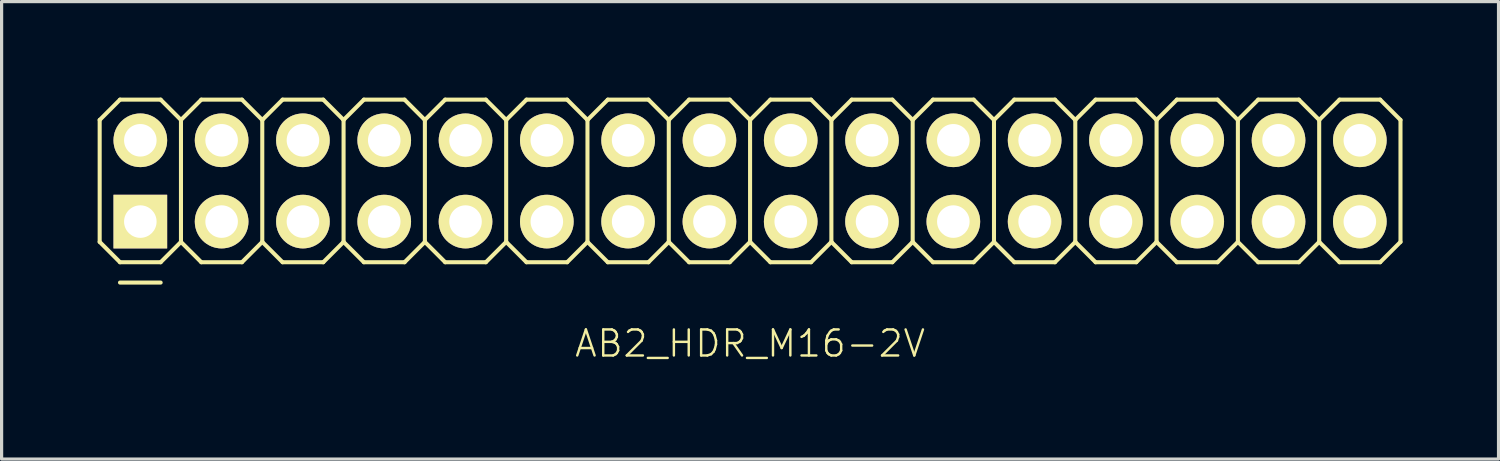
<source format=kicad_pcb>
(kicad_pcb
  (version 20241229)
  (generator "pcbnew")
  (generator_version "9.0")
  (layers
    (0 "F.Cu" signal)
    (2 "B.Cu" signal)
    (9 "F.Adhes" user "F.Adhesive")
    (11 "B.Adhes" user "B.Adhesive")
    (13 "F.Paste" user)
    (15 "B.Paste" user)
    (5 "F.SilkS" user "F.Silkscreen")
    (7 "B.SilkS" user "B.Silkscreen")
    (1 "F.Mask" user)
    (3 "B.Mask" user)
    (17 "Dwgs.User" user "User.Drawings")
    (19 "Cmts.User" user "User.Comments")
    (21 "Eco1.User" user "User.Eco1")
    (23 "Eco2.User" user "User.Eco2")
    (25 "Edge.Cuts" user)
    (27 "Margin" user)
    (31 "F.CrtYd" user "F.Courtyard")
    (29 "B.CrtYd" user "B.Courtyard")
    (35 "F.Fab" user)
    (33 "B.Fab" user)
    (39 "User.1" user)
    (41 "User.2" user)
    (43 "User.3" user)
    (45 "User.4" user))
  (footprint "AB2_HDR_M16-2V"
    (layer "F.Cu")
    (at 20.384 2.603)
    (property "Reference" "AB2_HDR_M16-2V" (at 0 5.08 0) (layer "F.SilkS") (effects (font (size 0.813 0.813) (thickness 0.076))))
    (attr through_hole)
    (fp_line (start -20.32 -1.905) (end -19.685 -2.54) (stroke (width 0.127) (type solid)) (layer "F.SilkS"))
    (fp_line (start -20.32 1.905) (end -20.32 -1.905) (stroke (width 0.127) (type solid)) (layer "F.SilkS"))
    (fp_line (start -19.685 -2.54) (end -18.415 -2.54) (stroke (width 0.127) (type solid)) (layer "F.SilkS"))
    (fp_line (start -19.685 2.54) (end -20.32 1.905) (stroke (width 0.127) (type solid)) (layer "F.SilkS"))
    (fp_line (start -19.685 3.175) (end -18.415 3.175) (stroke (width 0.127) (type solid)) (layer "F.SilkS"))
    (fp_line (start -18.415 -2.54) (end -17.78 -1.905) (stroke (width 0.127) (type solid)) (layer "F.SilkS"))
    (fp_line (start -18.415 2.54) (end -19.685 2.54) (stroke (width 0.127) (type solid)) (layer "F.SilkS"))
    (fp_line (start -17.78 -1.905) (end -17.78 1.905) (stroke (width 0.127) (type solid)) (layer "F.SilkS"))
    (fp_line (start -17.78 -1.905) (end -17.145 -2.54) (stroke (width 0.127) (type solid)) (layer "F.SilkS"))
    (fp_line (start -17.78 1.905) (end -18.415 2.54) (stroke (width 0.127) (type solid)) (layer "F.SilkS"))
    (fp_line (start -17.145 -2.54) (end -15.875 -2.54) (stroke (width 0.127) (type solid)) (layer "F.SilkS"))
    (fp_line (start -17.145 2.54) (end -17.78 1.905) (stroke (width 0.127) (type solid)) (layer "F.SilkS"))
    (fp_line (start -15.875 -2.54) (end -15.24 -1.905) (stroke (width 0.127) (type solid)) (layer "F.SilkS"))
    (fp_line (start -15.875 2.54) (end -17.145 2.54) (stroke (width 0.127) (type solid)) (layer "F.SilkS"))
    (fp_line (start -15.24 -1.905) (end -15.24 1.905) (stroke (width 0.127) (type solid)) (layer "F.SilkS"))
    (fp_line (start -15.24 -1.905) (end -14.605 -2.54) (stroke (width 0.127) (type solid)) (layer "F.SilkS"))
    (fp_line (start -15.24 1.905) (end -15.875 2.54) (stroke (width 0.127) (type solid)) (layer "F.SilkS"))
    (fp_line (start -14.605 -2.54) (end -13.335 -2.54) (stroke (width 0.127) (type solid)) (layer "F.SilkS"))
    (fp_line (start -14.605 2.54) (end -15.24 1.905) (stroke (width 0.127) (type solid)) (layer "F.SilkS"))
    (fp_line (start -13.335 -2.54) (end -12.7 -1.905) (stroke (width 0.127) (type solid)) (layer "F.SilkS"))
    (fp_line (start -13.335 2.54) (end -14.605 2.54) (stroke (width 0.127) (type solid)) (layer "F.SilkS"))
    (fp_line (start -12.7 -1.905) (end -12.7 1.905) (stroke (width 0.127) (type solid)) (layer "F.SilkS"))
    (fp_line (start -12.7 -1.905) (end -12.065 -2.54) (stroke (width 0.127) (type solid)) (layer "F.SilkS"))
    (fp_line (start -12.7 1.905) (end -13.335 2.54) (stroke (width 0.127) (type solid)) (layer "F.SilkS"))
    (fp_line (start -12.065 -2.54) (end -10.795 -2.54) (stroke (width 0.127) (type solid)) (layer "F.SilkS"))
    (fp_line (start -12.065 2.54) (end -12.7 1.905) (stroke (width 0.127) (type solid)) (layer "F.SilkS"))
    (fp_line (start -10.795 -2.54) (end -10.16 -1.905) (stroke (width 0.127) (type solid)) (layer "F.SilkS"))
    (fp_line (start -10.795 2.54) (end -12.065 2.54) (stroke (width 0.127) (type solid)) (layer "F.SilkS"))
    (fp_line (start -10.16 -1.905) (end -10.16 1.905) (stroke (width 0.127) (type solid)) (layer "F.SilkS"))
    (fp_line (start -10.16 -1.905) (end -9.525 -2.54) (stroke (width 0.127) (type solid)) (layer "F.SilkS"))
    (fp_line (start -10.16 1.905) (end -10.795 2.54) (stroke (width 0.127) (type solid)) (layer "F.SilkS"))
    (fp_line (start -9.525 -2.54) (end -8.255 -2.54) (stroke (width 0.127) (type solid)) (layer "F.SilkS"))
    (fp_line (start -9.525 2.54) (end -10.16 1.905) (stroke (width 0.127) (type solid)) (layer "F.SilkS"))
    (fp_line (start -8.255 -2.54) (end -7.62 -1.905) (stroke (width 0.127) (type solid)) (layer "F.SilkS"))
    (fp_line (start -8.255 2.54) (end -9.525 2.54) (stroke (width 0.127) (type solid)) (layer "F.SilkS"))
    (fp_line (start -7.62 -1.905) (end -7.62 1.905) (stroke (width 0.127) (type solid)) (layer "F.SilkS"))
    (fp_line (start -7.62 -1.905) (end -6.985 -2.54) (stroke (width 0.127) (type solid)) (layer "F.SilkS"))
    (fp_line (start -7.62 1.905) (end -8.255 2.54) (stroke (width 0.127) (type solid)) (layer "F.SilkS"))
    (fp_line (start -6.985 -2.54) (end -5.715 -2.54) (stroke (width 0.127) (type solid)) (layer "F.SilkS"))
    (fp_line (start -6.985 2.54) (end -7.62 1.905) (stroke (width 0.127) (type solid)) (layer "F.SilkS"))
    (fp_line (start -5.715 -2.54) (end -5.08 -1.905) (stroke (width 0.127) (type solid)) (layer "F.SilkS"))
    (fp_line (start -5.715 2.54) (end -6.985 2.54) (stroke (width 0.127) (type solid)) (layer "F.SilkS"))
    (fp_line (start -5.08 -1.905) (end -5.08 1.905) (stroke (width 0.127) (type solid)) (layer "F.SilkS"))
    (fp_line (start -5.08 -1.905) (end -4.445 -2.54) (stroke (width 0.127) (type solid)) (layer "F.SilkS"))
    (fp_line (start -5.08 1.905) (end -5.715 2.54) (stroke (width 0.127) (type solid)) (layer "F.SilkS"))
    (fp_line (start -4.445 -2.54) (end -3.175 -2.54) (stroke (width 0.127) (type solid)) (layer "F.SilkS"))
    (fp_line (start -4.445 2.54) (end -5.08 1.905) (stroke (width 0.127) (type solid)) (layer "F.SilkS"))
    (fp_line (start -3.175 -2.54) (end -2.54 -1.905) (stroke (width 0.127) (type solid)) (layer "F.SilkS"))
    (fp_line (start -3.175 2.54) (end -4.445 2.54) (stroke (width 0.127) (type solid)) (layer "F.SilkS"))
    (fp_line (start -2.54 -1.905) (end -2.54 1.905) (stroke (width 0.127) (type solid)) (layer "F.SilkS"))
    (fp_line (start -2.54 -1.905) (end -1.905 -2.54) (stroke (width 0.127) (type solid)) (layer "F.SilkS"))
    (fp_line (start -2.54 1.905) (end -3.175 2.54) (stroke (width 0.127) (type solid)) (layer "F.SilkS"))
    (fp_line (start -1.905 -2.54) (end -0.635 -2.54) (stroke (width 0.127) (type solid)) (layer "F.SilkS"))
    (fp_line (start -1.905 2.54) (end -2.54 1.905) (stroke (width 0.127) (type solid)) (layer "F.SilkS"))
    (fp_line (start -0.635 -2.54) (end 0 -1.905) (stroke (width 0.127) (type solid)) (layer "F.SilkS"))
    (fp_line (start -0.635 2.54) (end -1.905 2.54) (stroke (width 0.127) (type solid)) (layer "F.SilkS"))
    (fp_line (start 0 -1.905) (end 0 1.905) (stroke (width 0.127) (type solid)) (layer "F.SilkS"))
    (fp_line (start 0 -1.905) (end 0.635 -2.54) (stroke (width 0.127) (type solid)) (layer "F.SilkS"))
    (fp_line (start 0 1.905) (end -0.635 2.54) (stroke (width 0.127) (type solid)) (layer "F.SilkS"))
    (fp_line (start 0.635 -2.54) (end 1.905 -2.54) (stroke (width 0.127) (type solid)) (layer "F.SilkS"))
    (fp_line (start 0.635 2.54) (end 0 1.905) (stroke (width 0.127) (type solid)) (layer "F.SilkS"))
    (fp_line (start 1.905 -2.54) (end 2.54 -1.905) (stroke (width 0.127) (type solid)) (layer "F.SilkS"))
    (fp_line (start 1.905 2.54) (end 0.635 2.54) (stroke (width 0.127) (type solid)) (layer "F.SilkS"))
    (fp_line (start 2.54 -1.905) (end 2.54 1.905) (stroke (width 0.127) (type solid)) (layer "F.SilkS"))
    (fp_line (start 2.54 -1.905) (end 3.175 -2.54) (stroke (width 0.127) (type solid)) (layer "F.SilkS"))
    (fp_line (start 2.54 1.905) (end 1.905 2.54) (stroke (width 0.127) (type solid)) (layer "F.SilkS"))
    (fp_line (start 3.175 -2.54) (end 4.445 -2.54) (stroke (width 0.127) (type solid)) (layer "F.SilkS"))
    (fp_line (start 3.175 2.54) (end 2.54 1.905) (stroke (width 0.127) (type solid)) (layer "F.SilkS"))
    (fp_line (start 4.445 -2.54) (end 5.08 -1.905) (stroke (width 0.127) (type solid)) (layer "F.SilkS"))
    (fp_line (start 4.445 2.54) (end 3.175 2.54) (stroke (width 0.127) (type solid)) (layer "F.SilkS"))
    (fp_line (start 5.08 -1.905) (end 5.08 1.905) (stroke (width 0.127) (type solid)) (layer "F.SilkS"))
    (fp_line (start 5.08 -1.905) (end 5.715 -2.54) (stroke (width 0.127) (type solid)) (layer "F.SilkS"))
    (fp_line (start 5.08 1.905) (end 4.445 2.54) (stroke (width 0.127) (type solid)) (layer "F.SilkS"))
    (fp_line (start 5.715 -2.54) (end 6.985 -2.54) (stroke (width 0.127) (type solid)) (layer "F.SilkS"))
    (fp_line (start 5.715 2.54) (end 5.08 1.905) (stroke (width 0.127) (type solid)) (layer "F.SilkS"))
    (fp_line (start 6.985 -2.54) (end 7.62 -1.905) (stroke (width 0.127) (type solid)) (layer "F.SilkS"))
    (fp_line (start 6.985 2.54) (end 5.715 2.54) (stroke (width 0.127) (type solid)) (layer "F.SilkS"))
    (fp_line (start 7.62 -1.905) (end 7.62 1.905) (stroke (width 0.127) (type solid)) (layer "F.SilkS"))
    (fp_line (start 7.62 -1.905) (end 8.255 -2.54) (stroke (width 0.127) (type solid)) (layer "F.SilkS"))
    (fp_line (start 7.62 1.905) (end 6.985 2.54) (stroke (width 0.127) (type solid)) (layer "F.SilkS"))
    (fp_line (start 8.255 -2.54) (end 9.525 -2.54) (stroke (width 0.127) (type solid)) (layer "F.SilkS"))
    (fp_line (start 8.255 2.54) (end 7.62 1.905) (stroke (width 0.127) (type solid)) (layer "F.SilkS"))
    (fp_line (start 9.525 -2.54) (end 10.16 -1.905) (stroke (width 0.127) (type solid)) (layer "F.SilkS"))
    (fp_line (start 9.525 2.54) (end 8.255 2.54) (stroke (width 0.127) (type solid)) (layer "F.SilkS"))
    (fp_line (start 10.16 -1.905) (end 10.16 1.905) (stroke (width 0.127) (type solid)) (layer "F.SilkS"))
    (fp_line (start 10.16 -1.905) (end 10.795 -2.54) (stroke (width 0.127) (type solid)) (layer "F.SilkS"))
    (fp_line (start 10.16 1.905) (end 9.525 2.54) (stroke (width 0.127) (type solid)) (layer "F.SilkS"))
    (fp_line (start 10.795 -2.54) (end 12.065 -2.54) (stroke (width 0.127) (type solid)) (layer "F.SilkS"))
    (fp_line (start 10.795 2.54) (end 10.16 1.905) (stroke (width 0.127) (type solid)) (layer "F.SilkS"))
    (fp_line (start 12.065 -2.54) (end 12.7 -1.905) (stroke (width 0.127) (type solid)) (layer "F.SilkS"))
    (fp_line (start 12.065 2.54) (end 10.795 2.54) (stroke (width 0.127) (type solid)) (layer "F.SilkS"))
    (fp_line (start 12.7 -1.905) (end 12.7 1.905) (stroke (width 0.127) (type solid)) (layer "F.SilkS"))
    (fp_line (start 12.7 -1.905) (end 13.335 -2.54) (stroke (width 0.127) (type solid)) (layer "F.SilkS"))
    (fp_line (start 12.7 1.905) (end 12.065 2.54) (stroke (width 0.127) (type solid)) (layer "F.SilkS"))
    (fp_line (start 13.335 -2.54) (end 14.605 -2.54) (stroke (width 0.127) (type solid)) (layer "F.SilkS"))
    (fp_line (start 13.335 2.54) (end 12.7 1.905) (stroke (width 0.127) (type solid)) (layer "F.SilkS"))
    (fp_line (start 14.605 -2.54) (end 15.24 -1.905) (stroke (width 0.127) (type solid)) (layer "F.SilkS"))
    (fp_line (start 14.605 2.54) (end 13.335 2.54) (stroke (width 0.127) (type solid)) (layer "F.SilkS"))
    (fp_line (start 15.24 -1.905) (end 15.24 1.905) (stroke (width 0.127) (type solid)) (layer "F.SilkS"))
    (fp_line (start 15.24 -1.905) (end 15.875 -2.54) (stroke (width 0.127) (type solid)) (layer "F.SilkS"))
    (fp_line (start 15.24 1.905) (end 14.605 2.54) (stroke (width 0.127) (type solid)) (layer "F.SilkS"))
    (fp_line (start 15.875 -2.54) (end 17.145 -2.54) (stroke (width 0.127) (type solid)) (layer "F.SilkS"))
    (fp_line (start 15.875 2.54) (end 15.24 1.905) (stroke (width 0.127) (type solid)) (layer "F.SilkS"))
    (fp_line (start 17.145 -2.54) (end 17.78 -1.905) (stroke (width 0.127) (type solid)) (layer "F.SilkS"))
    (fp_line (start 17.145 2.54) (end 15.875 2.54) (stroke (width 0.127) (type solid)) (layer "F.SilkS"))
    (fp_line (start 17.78 -1.905) (end 17.78 1.905) (stroke (width 0.127) (type solid)) (layer "F.SilkS"))
    (fp_line (start 17.78 -1.905) (end 18.415 -2.54) (stroke (width 0.127) (type solid)) (layer "F.SilkS"))
    (fp_line (start 17.78 1.905) (end 17.145 2.54) (stroke (width 0.127) (type solid)) (layer "F.SilkS"))
    (fp_line (start 18.415 -2.54) (end 19.685 -2.54) (stroke (width 0.127) (type solid)) (layer "F.SilkS"))
    (fp_line (start 18.415 2.54) (end 17.78 1.905) (stroke (width 0.127) (type solid)) (layer "F.SilkS"))
    (fp_line (start 19.685 -2.54) (end 20.32 -1.905) (stroke (width 0.127) (type solid)) (layer "F.SilkS"))
    (fp_line (start 19.685 2.54) (end 18.415 2.54) (stroke (width 0.127) (type solid)) (layer "F.SilkS"))
    (fp_line (start 20.32 -1.905) (end 20.32 1.905) (stroke (width 0.127) (type solid)) (layer "F.SilkS"))
    (fp_line (start 20.32 1.905) (end 19.685 2.54) (stroke (width 0.127) (type solid)) (layer "F.SilkS"))
    (pad "1" thru_hole rect (at -19.05 1.27) (size 1.676 1.676) (drill 1.016) (layers "*.Cu" "*.Mask" "F.SilkS"))
    (pad "2" thru_hole circle (at -19.05 -1.27) (size 1.676 1.676) (drill 1.016) (layers "*.Cu" "*.Mask" "F.SilkS"))
    (pad "3" thru_hole circle (at -16.51 1.27) (size 1.676 1.676) (drill 1.016) (layers "*.Cu" "*.Mask" "F.SilkS"))
    (pad "4" thru_hole circle (at -16.51 -1.27) (size 1.676 1.676) (drill 1.016) (layers "*.Cu" "*.Mask" "F.SilkS"))
    (pad "5" thru_hole circle (at -13.97 1.27) (size 1.676 1.676) (drill 1.016) (layers "*.Cu" "*.Mask" "F.SilkS"))
    (pad "6" thru_hole circle (at -13.97 -1.27) (size 1.676 1.676) (drill 1.016) (layers "*.Cu" "*.Mask" "F.SilkS"))
    (pad "7" thru_hole circle (at -11.43 1.27) (size 1.676 1.676) (drill 1.016) (layers "*.Cu" "*.Mask" "F.SilkS"))
    (pad "8" thru_hole circle (at -11.43 -1.27) (size 1.676 1.676) (drill 1.016) (layers "*.Cu" "*.Mask" "F.SilkS"))
    (pad "9" thru_hole circle (at -8.89 1.27) (size 1.676 1.676) (drill 1.016) (layers "*.Cu" "*.Mask" "F.SilkS"))
    (pad "10" thru_hole circle (at -8.89 -1.27) (size 1.676 1.676) (drill 1.016) (layers "*.Cu" "*.Mask" "F.SilkS"))
    (pad "11" thru_hole circle (at -6.35 1.27) (size 1.676 1.676) (drill 1.016) (layers "*.Cu" "*.Mask" "F.SilkS"))
    (pad "12" thru_hole circle (at -6.35 -1.27) (size 1.676 1.676) (drill 1.016) (layers "*.Cu" "*.Mask" "F.SilkS"))
    (pad "13" thru_hole circle (at -3.81 1.27) (size 1.676 1.676) (drill 1.016) (layers "*.Cu" "*.Mask" "F.SilkS"))
    (pad "14" thru_hole circle (at -3.81 -1.27) (size 1.676 1.676) (drill 1.016) (layers "*.Cu" "*.Mask" "F.SilkS"))
    (pad "15" thru_hole circle (at -1.27 1.27) (size 1.676 1.676) (drill 1.016) (layers "*.Cu" "*.Mask" "F.SilkS"))
    (pad "16" thru_hole circle (at -1.27 -1.27) (size 1.676 1.676) (drill 1.016) (layers "*.Cu" "*.Mask" "F.SilkS"))
    (pad "17" thru_hole circle (at 1.27 1.27) (size 1.676 1.676) (drill 1.016) (layers "*.Cu" "*.Mask" "F.SilkS"))
    (pad "18" thru_hole circle (at 1.27 -1.27) (size 1.676 1.676) (drill 1.016) (layers "*.Cu" "*.Mask" "F.SilkS"))
    (pad "19" thru_hole circle (at 3.81 1.27) (size 1.676 1.676) (drill 1.016) (layers "*.Cu" "*.Mask" "F.SilkS"))
    (pad "20" thru_hole circle (at 3.81 -1.27) (size 1.676 1.676) (drill 1.016) (layers "*.Cu" "*.Mask" "F.SilkS"))
    (pad "21" thru_hole circle (at 6.35 1.27) (size 1.676 1.676) (drill 1.016) (layers "*.Cu" "*.Mask" "F.SilkS"))
    (pad "22" thru_hole circle (at 6.35 -1.27) (size 1.676 1.676) (drill 1.016) (layers "*.Cu" "*.Mask" "F.SilkS"))
    (pad "23" thru_hole circle (at 8.89 1.27) (size 1.676 1.676) (drill 1.016) (layers "*.Cu" "*.Mask" "F.SilkS"))
    (pad "24" thru_hole circle (at 8.89 -1.27) (size 1.676 1.676) (drill 1.016) (layers "*.Cu" "*.Mask" "F.SilkS"))
    (pad "25" thru_hole circle (at 11.43 1.27) (size 1.676 1.676) (drill 1.016) (layers "*.Cu" "*.Mask" "F.SilkS"))
    (pad "26" thru_hole circle (at 11.43 -1.27) (size 1.676 1.676) (drill 1.016) (layers "*.Cu" "*.Mask" "F.SilkS"))
    (pad "27" thru_hole circle (at 13.97 1.27) (size 1.676 1.676) (drill 1.016) (layers "*.Cu" "*.Mask" "F.SilkS"))
    (pad "28" thru_hole circle (at 13.97 -1.27) (size 1.676 1.676) (drill 1.016) (layers "*.Cu" "*.Mask" "F.SilkS"))
    (pad "29" thru_hole circle (at 16.51 1.27) (size 1.676 1.676) (drill 1.016) (layers "*.Cu" "*.Mask" "F.SilkS"))
    (pad "30" thru_hole circle (at 16.51 -1.27) (size 1.676 1.676) (drill 1.016) (layers "*.Cu" "*.Mask" "F.SilkS"))
    (pad "31" thru_hole circle (at 19.05 1.27) (size 1.676 1.676) (drill 1.016) (layers "*.Cu" "*.Mask" "F.SilkS"))
    (pad "32" thru_hole circle (at 19.05 -1.27) (size 1.676 1.676) (drill 1.016) (layers "*.Cu" "*.Mask" "F.SilkS")))
  (gr_rect
    (start -3 -3)
    (end 43.767 11.293)
    (stroke (width 0.1) (type default))
    (fill no)
    (layer "Edge.Cuts")))
</source>
